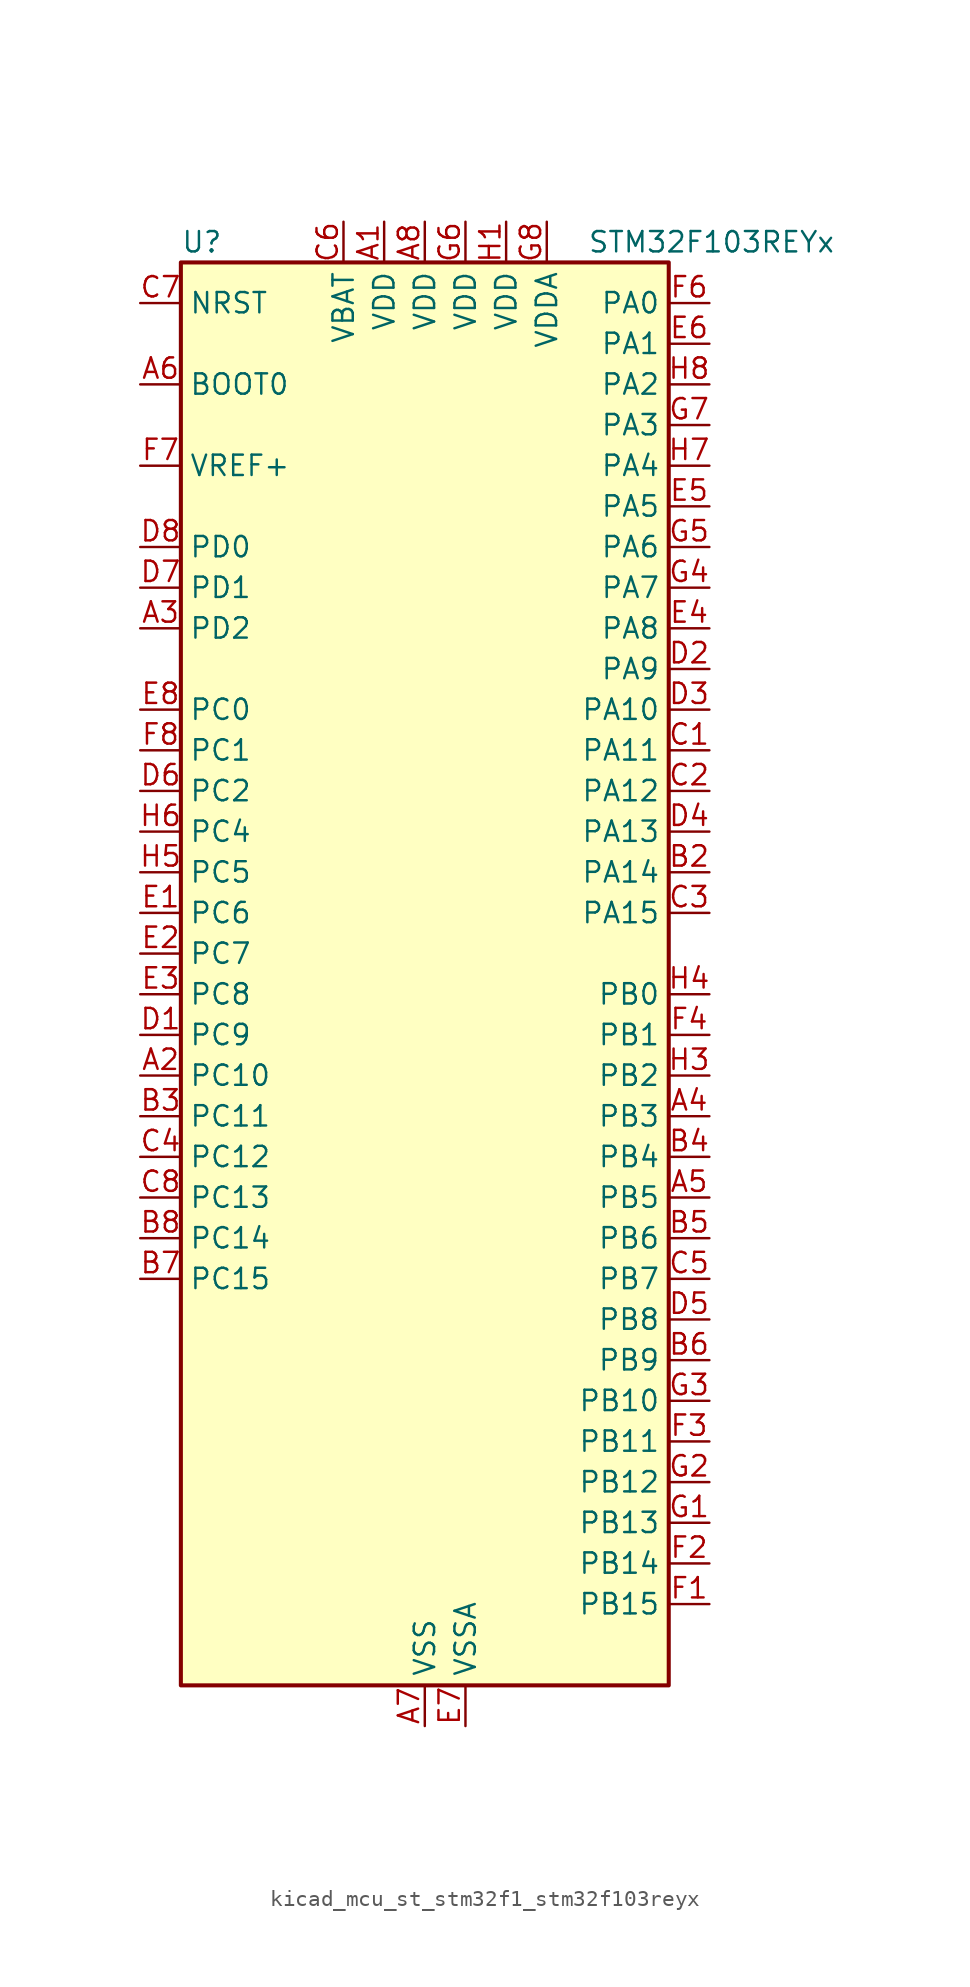
<source format=kicad_sym>
(kicad_symbol_lib
  (version 20220914)
  (generator kicad_symbol_editor)
  (symbol "kicad_mcu_st_stm32f1_stm32f103reyx"
    (property "Reference" "U"
      (at -15.24 46.99 0)
      (effects (font (size 1.27 1.27)) (justify left)))
    (property "Value" "STM32F103REYx"
      (at 10.16 46.99 0)
      (effects (font (size 1.27 1.27)) (justify left)))
    (property "ki_locked" ""
      (at 0 0 0)
      (effects (font (size 1.27 1.27))))
    (symbol "kicad_mcu_st_stm32f1_stm32f103reyx_0_1"
      (rectangle (start -15.24 -43.18) (end 15.24 45.72) (stroke (width 0.254) (type default)) (fill (type background))))
    (symbol "kicad_mcu_st_stm32f1_stm32f103reyx_1_1"
      (pin power_in line (at -2.54 48.26 270) (length 2.54) (name "VDD" (effects (font (size 1.27 1.27)))) (number "A1" (effects (font (size 1.27 1.27)))))
      (pin bidirectional line (at -17.78 -5.08 0) (length 2.54) (name "PC10" (effects (font (size 1.27 1.27)))) (number "A2" (effects (font (size 1.27 1.27)))) (alternate "SDIO_D2" bidirectional line) (alternate "UART4_TX" bidirectional line) (alternate "USART3_TX" bidirectional line))
      (pin bidirectional line (at -17.78 22.86 0) (length 2.54) (name "PD2" (effects (font (size 1.27 1.27)))) (number "A3" (effects (font (size 1.27 1.27)))) (alternate "SDIO_CMD" bidirectional line) (alternate "TIM3_ETR" bidirectional line) (alternate "UART5_RX" bidirectional line))
      (pin bidirectional line (at 17.78 -7.62 180) (length 2.54) (name "PB3" (effects (font (size 1.27 1.27)))) (number "A4" (effects (font (size 1.27 1.27)))) (alternate "I2S3_CK" bidirectional line) (alternate "SPI1_SCK" bidirectional line) (alternate "SPI3_SCK" bidirectional line) (alternate "SYS_JTDO-TRACESWO" bidirectional line) (alternate "TIM2_CH2" bidirectional line))
      (pin bidirectional line (at 17.78 -12.7 180) (length 2.54) (name "PB5" (effects (font (size 1.27 1.27)))) (number "A5" (effects (font (size 1.27 1.27)))) (alternate "I2C1_SMBA" bidirectional line) (alternate "I2S3_SD" bidirectional line) (alternate "SPI1_MOSI" bidirectional line) (alternate "SPI3_MOSI" bidirectional line) (alternate "TIM3_CH2" bidirectional line))
      (pin input line (at -17.78 38.1 0) (length 2.54) (name "BOOT0" (effects (font (size 1.27 1.27)))) (number "A6" (effects (font (size 1.27 1.27)))))
      (pin power_in line (at 0 -45.72 90) (length 2.54) (name "VSS" (effects (font (size 1.27 1.27)))) (number "A7" (effects (font (size 1.27 1.27)))))
      (pin power_in line (at 0 48.26 270) (length 2.54) (name "VDD" (effects (font (size 1.27 1.27)))) (number "A8" (effects (font (size 1.27 1.27)))))
      (pin passive line (at 0 -45.72 90) (length 2.54) hide (name "VSS" (effects (font (size 1.27 1.27)))) (number "B1" (effects (font (size 1.27 1.27)))))
      (pin bidirectional line (at 17.78 7.62 180) (length 2.54) (name "PA14" (effects (font (size 1.27 1.27)))) (number "B2" (effects (font (size 1.27 1.27)))) (alternate "SYS_JTCK-SWCLK" bidirectional line))
      (pin bidirectional line (at -17.78 -7.62 0) (length 2.54) (name "PC11" (effects (font (size 1.27 1.27)))) (number "B3" (effects (font (size 1.27 1.27)))) (alternate "ADC1_EXTI11" bidirectional line) (alternate "ADC2_EXTI11" bidirectional line) (alternate "SDIO_D3" bidirectional line) (alternate "UART4_RX" bidirectional line) (alternate "USART3_RX" bidirectional line))
      (pin bidirectional line (at 17.78 -10.16 180) (length 2.54) (name "PB4" (effects (font (size 1.27 1.27)))) (number "B4" (effects (font (size 1.27 1.27)))) (alternate "SPI1_MISO" bidirectional line) (alternate "SPI3_MISO" bidirectional line) (alternate "SYS_NJTRST" bidirectional line) (alternate "TIM3_CH1" bidirectional line))
      (pin bidirectional line (at 17.78 -15.24 180) (length 2.54) (name "PB6" (effects (font (size 1.27 1.27)))) (number "B5" (effects (font (size 1.27 1.27)))) (alternate "I2C1_SCL" bidirectional line) (alternate "TIM4_CH1" bidirectional line) (alternate "USART1_TX" bidirectional line))
      (pin bidirectional line (at 17.78 -22.86 180) (length 2.54) (name "PB9" (effects (font (size 1.27 1.27)))) (number "B6" (effects (font (size 1.27 1.27)))) (alternate "CAN_TX" bidirectional line) (alternate "DAC_EXTI9" bidirectional line) (alternate "I2C1_SDA" bidirectional line) (alternate "SDIO_D5" bidirectional line) (alternate "TIM4_CH4" bidirectional line))
      (pin bidirectional line (at -17.78 -17.78 0) (length 2.54) (name "PC15" (effects (font (size 1.27 1.27)))) (number "B7" (effects (font (size 1.27 1.27)))) (alternate "ADC1_EXTI15" bidirectional line) (alternate "ADC2_EXTI15" bidirectional line) (alternate "RCC_OSC32_OUT" bidirectional line))
      (pin bidirectional line (at -17.78 -15.24 0) (length 2.54) (name "PC14" (effects (font (size 1.27 1.27)))) (number "B8" (effects (font (size 1.27 1.27)))) (alternate "RCC_OSC32_IN" bidirectional line))
      (pin bidirectional line (at 17.78 15.24 180) (length 2.54) (name "PA11" (effects (font (size 1.27 1.27)))) (number "C1" (effects (font (size 1.27 1.27)))) (alternate "ADC1_EXTI11" bidirectional line) (alternate "ADC2_EXTI11" bidirectional line) (alternate "CAN_RX" bidirectional line) (alternate "TIM1_CH4" bidirectional line) (alternate "USART1_CTS" bidirectional line) (alternate "USB_DM" bidirectional line))
      (pin bidirectional line (at 17.78 12.7 180) (length 2.54) (name "PA12" (effects (font (size 1.27 1.27)))) (number "C2" (effects (font (size 1.27 1.27)))) (alternate "CAN_TX" bidirectional line) (alternate "TIM1_ETR" bidirectional line) (alternate "USART1_RTS" bidirectional line) (alternate "USB_DP" bidirectional line))
      (pin bidirectional line (at 17.78 5.08 180) (length 2.54) (name "PA15" (effects (font (size 1.27 1.27)))) (number "C3" (effects (font (size 1.27 1.27)))) (alternate "ADC1_EXTI15" bidirectional line) (alternate "ADC2_EXTI15" bidirectional line) (alternate "I2S3_WS" bidirectional line) (alternate "SPI1_NSS" bidirectional line) (alternate "SPI3_NSS" bidirectional line) (alternate "SYS_JTDI" bidirectional line) (alternate "TIM2_CH1" bidirectional line) (alternate "TIM2_ETR" bidirectional line))
      (pin bidirectional line (at -17.78 -10.16 0) (length 2.54) (name "PC12" (effects (font (size 1.27 1.27)))) (number "C4" (effects (font (size 1.27 1.27)))) (alternate "SDIO_CK" bidirectional line) (alternate "UART5_TX" bidirectional line) (alternate "USART3_CK" bidirectional line))
      (pin bidirectional line (at 17.78 -17.78 180) (length 2.54) (name "PB7" (effects (font (size 1.27 1.27)))) (number "C5" (effects (font (size 1.27 1.27)))) (alternate "I2C1_SDA" bidirectional line) (alternate "TIM4_CH2" bidirectional line) (alternate "USART1_RX" bidirectional line))
      (pin power_in line (at -5.08 48.26 270) (length 2.54) (name "VBAT" (effects (font (size 1.27 1.27)))) (number "C6" (effects (font (size 1.27 1.27)))))
      (pin input line (at -17.78 43.18 0) (length 2.54) (name "NRST" (effects (font (size 1.27 1.27)))) (number "C7" (effects (font (size 1.27 1.27)))))
      (pin bidirectional line (at -17.78 -12.7 0) (length 2.54) (name "PC13" (effects (font (size 1.27 1.27)))) (number "C8" (effects (font (size 1.27 1.27)))) (alternate "RTC_OUT" bidirectional line) (alternate "RTC_TAMPER" bidirectional line))
      (pin bidirectional line (at -17.78 -2.54 0) (length 2.54) (name "PC9" (effects (font (size 1.27 1.27)))) (number "D1" (effects (font (size 1.27 1.27)))) (alternate "DAC_EXTI9" bidirectional line) (alternate "SDIO_D1" bidirectional line) (alternate "TIM3_CH4" bidirectional line) (alternate "TIM8_CH4" bidirectional line))
      (pin bidirectional line (at 17.78 20.32 180) (length 2.54) (name "PA9" (effects (font (size 1.27 1.27)))) (number "D2" (effects (font (size 1.27 1.27)))) (alternate "DAC_EXTI9" bidirectional line) (alternate "TIM1_CH2" bidirectional line) (alternate "USART1_TX" bidirectional line))
      (pin bidirectional line (at 17.78 17.78 180) (length 2.54) (name "PA10" (effects (font (size 1.27 1.27)))) (number "D3" (effects (font (size 1.27 1.27)))) (alternate "TIM1_CH3" bidirectional line) (alternate "USART1_RX" bidirectional line))
      (pin bidirectional line (at 17.78 10.16 180) (length 2.54) (name "PA13" (effects (font (size 1.27 1.27)))) (number "D4" (effects (font (size 1.27 1.27)))) (alternate "SYS_JTMS-SWDIO" bidirectional line))
      (pin bidirectional line (at 17.78 -20.32 180) (length 2.54) (name "PB8" (effects (font (size 1.27 1.27)))) (number "D5" (effects (font (size 1.27 1.27)))) (alternate "CAN_RX" bidirectional line) (alternate "I2C1_SCL" bidirectional line) (alternate "SDIO_D4" bidirectional line) (alternate "TIM4_CH3" bidirectional line))
      (pin bidirectional line (at -17.78 12.7 0) (length 2.54) (name "PC2" (effects (font (size 1.27 1.27)))) (number "D6" (effects (font (size 1.27 1.27)))) (alternate "ADC1_IN12" bidirectional line) (alternate "ADC2_IN12" bidirectional line) (alternate "ADC3_IN12" bidirectional line))
      (pin bidirectional line (at -17.78 25.4 0) (length 2.54) (name "PD1" (effects (font (size 1.27 1.27)))) (number "D7" (effects (font (size 1.27 1.27)))) (alternate "RCC_OSC_OUT" bidirectional line))
      (pin bidirectional line (at -17.78 27.94 0) (length 2.54) (name "PD0" (effects (font (size 1.27 1.27)))) (number "D8" (effects (font (size 1.27 1.27)))) (alternate "RCC_OSC_IN" bidirectional line))
      (pin bidirectional line (at -17.78 5.08 0) (length 2.54) (name "PC6" (effects (font (size 1.27 1.27)))) (number "E1" (effects (font (size 1.27 1.27)))) (alternate "I2S2_MCK" bidirectional line) (alternate "SDIO_D6" bidirectional line) (alternate "TIM3_CH1" bidirectional line) (alternate "TIM8_CH1" bidirectional line))
      (pin bidirectional line (at -17.78 2.54 0) (length 2.54) (name "PC7" (effects (font (size 1.27 1.27)))) (number "E2" (effects (font (size 1.27 1.27)))) (alternate "I2S3_MCK" bidirectional line) (alternate "SDIO_D7" bidirectional line) (alternate "TIM3_CH2" bidirectional line) (alternate "TIM8_CH2" bidirectional line))
      (pin bidirectional line (at -17.78 0 0) (length 2.54) (name "PC8" (effects (font (size 1.27 1.27)))) (number "E3" (effects (font (size 1.27 1.27)))) (alternate "SDIO_D0" bidirectional line) (alternate "TIM3_CH3" bidirectional line) (alternate "TIM8_CH3" bidirectional line))
      (pin bidirectional line (at 17.78 22.86 180) (length 2.54) (name "PA8" (effects (font (size 1.27 1.27)))) (number "E4" (effects (font (size 1.27 1.27)))) (alternate "RCC_MCO" bidirectional line) (alternate "TIM1_CH1" bidirectional line) (alternate "USART1_CK" bidirectional line))
      (pin bidirectional line (at 17.78 30.48 180) (length 2.54) (name "PA5" (effects (font (size 1.27 1.27)))) (number "E5" (effects (font (size 1.27 1.27)))) (alternate "ADC1_IN5" bidirectional line) (alternate "ADC2_IN5" bidirectional line) (alternate "DAC_OUT2" bidirectional line) (alternate "SPI1_SCK" bidirectional line))
      (pin bidirectional line (at 17.78 40.64 180) (length 2.54) (name "PA1" (effects (font (size 1.27 1.27)))) (number "E6" (effects (font (size 1.27 1.27)))) (alternate "ADC1_IN1" bidirectional line) (alternate "ADC2_IN1" bidirectional line) (alternate "ADC3_IN1" bidirectional line) (alternate "TIM2_CH2" bidirectional line) (alternate "TIM5_CH2" bidirectional line) (alternate "USART2_RTS" bidirectional line))
      (pin power_in line (at 2.54 -45.72 90) (length 2.54) (name "VSSA" (effects (font (size 1.27 1.27)))) (number "E7" (effects (font (size 1.27 1.27)))))
      (pin bidirectional line (at -17.78 17.78 0) (length 2.54) (name "PC0" (effects (font (size 1.27 1.27)))) (number "E8" (effects (font (size 1.27 1.27)))) (alternate "ADC1_IN10" bidirectional line) (alternate "ADC2_IN10" bidirectional line) (alternate "ADC3_IN10" bidirectional line))
      (pin bidirectional line (at 17.78 -38.1 180) (length 2.54) (name "PB15" (effects (font (size 1.27 1.27)))) (number "F1" (effects (font (size 1.27 1.27)))) (alternate "ADC1_EXTI15" bidirectional line) (alternate "ADC2_EXTI15" bidirectional line) (alternate "I2S2_SD" bidirectional line) (alternate "SPI2_MOSI" bidirectional line) (alternate "TIM1_CH3N" bidirectional line))
      (pin bidirectional line (at 17.78 -35.56 180) (length 2.54) (name "PB14" (effects (font (size 1.27 1.27)))) (number "F2" (effects (font (size 1.27 1.27)))) (alternate "SPI2_MISO" bidirectional line) (alternate "TIM1_CH2N" bidirectional line) (alternate "USART3_RTS" bidirectional line))
      (pin bidirectional line (at 17.78 -27.94 180) (length 2.54) (name "PB11" (effects (font (size 1.27 1.27)))) (number "F3" (effects (font (size 1.27 1.27)))) (alternate "ADC1_EXTI11" bidirectional line) (alternate "ADC2_EXTI11" bidirectional line) (alternate "I2C2_SDA" bidirectional line) (alternate "TIM2_CH4" bidirectional line) (alternate "USART3_RX" bidirectional line))
      (pin bidirectional line (at 17.78 -2.54 180) (length 2.54) (name "PB1" (effects (font (size 1.27 1.27)))) (number "F4" (effects (font (size 1.27 1.27)))) (alternate "ADC1_IN9" bidirectional line) (alternate "ADC2_IN9" bidirectional line) (alternate "TIM1_CH3N" bidirectional line) (alternate "TIM3_CH4" bidirectional line) (alternate "TIM8_CH3N" bidirectional line))
      (pin passive line (at 0 -45.72 90) (length 2.54) hide (name "VSS" (effects (font (size 1.27 1.27)))) (number "F5" (effects (font (size 1.27 1.27)))))
      (pin bidirectional line (at 17.78 43.18 180) (length 2.54) (name "PA0" (effects (font (size 1.27 1.27)))) (number "F6" (effects (font (size 1.27 1.27)))) (alternate "ADC1_IN0" bidirectional line) (alternate "ADC2_IN0" bidirectional line) (alternate "ADC3_IN0" bidirectional line) (alternate "SYS_WKUP" bidirectional line) (alternate "TIM2_CH1" bidirectional line) (alternate "TIM2_ETR" bidirectional line) (alternate "TIM5_CH1" bidirectional line) (alternate "TIM8_ETR" bidirectional line) (alternate "USART2_CTS" bidirectional line))
      (pin input line (at -17.78 33.02 0) (length 2.54) (name "VREF+" (effects (font (size 1.27 1.27)))) (number "F7" (effects (font (size 1.27 1.27)))))
      (pin bidirectional line (at -17.78 15.24 0) (length 2.54) (name "PC1" (effects (font (size 1.27 1.27)))) (number "F8" (effects (font (size 1.27 1.27)))) (alternate "ADC1_IN11" bidirectional line) (alternate "ADC2_IN11" bidirectional line) (alternate "ADC3_IN11" bidirectional line))
      (pin bidirectional line (at 17.78 -33.02 180) (length 2.54) (name "PB13" (effects (font (size 1.27 1.27)))) (number "G1" (effects (font (size 1.27 1.27)))) (alternate "I2S2_CK" bidirectional line) (alternate "SPI2_SCK" bidirectional line) (alternate "TIM1_CH1N" bidirectional line) (alternate "USART3_CTS" bidirectional line))
      (pin bidirectional line (at 17.78 -30.48 180) (length 2.54) (name "PB12" (effects (font (size 1.27 1.27)))) (number "G2" (effects (font (size 1.27 1.27)))) (alternate "I2C2_SMBA" bidirectional line) (alternate "I2S2_WS" bidirectional line) (alternate "SPI2_NSS" bidirectional line) (alternate "TIM1_BKIN" bidirectional line) (alternate "USART3_CK" bidirectional line))
      (pin bidirectional line (at 17.78 -25.4 180) (length 2.54) (name "PB10" (effects (font (size 1.27 1.27)))) (number "G3" (effects (font (size 1.27 1.27)))) (alternate "I2C2_SCL" bidirectional line) (alternate "TIM2_CH3" bidirectional line) (alternate "USART3_TX" bidirectional line))
      (pin bidirectional line (at 17.78 25.4 180) (length 2.54) (name "PA7" (effects (font (size 1.27 1.27)))) (number "G4" (effects (font (size 1.27 1.27)))) (alternate "ADC1_IN7" bidirectional line) (alternate "ADC2_IN7" bidirectional line) (alternate "SPI1_MOSI" bidirectional line) (alternate "TIM1_CH1N" bidirectional line) (alternate "TIM3_CH2" bidirectional line) (alternate "TIM8_CH1N" bidirectional line))
      (pin bidirectional line (at 17.78 27.94 180) (length 2.54) (name "PA6" (effects (font (size 1.27 1.27)))) (number "G5" (effects (font (size 1.27 1.27)))) (alternate "ADC1_IN6" bidirectional line) (alternate "ADC2_IN6" bidirectional line) (alternate "SPI1_MISO" bidirectional line) (alternate "TIM1_BKIN" bidirectional line) (alternate "TIM3_CH1" bidirectional line) (alternate "TIM8_BKIN" bidirectional line))
      (pin power_in line (at 2.54 48.26 270) (length 2.54) (name "VDD" (effects (font (size 1.27 1.27)))) (number "G6" (effects (font (size 1.27 1.27)))))
      (pin bidirectional line (at 17.78 35.56 180) (length 2.54) (name "PA3" (effects (font (size 1.27 1.27)))) (number "G7" (effects (font (size 1.27 1.27)))) (alternate "ADC1_IN3" bidirectional line) (alternate "ADC2_IN3" bidirectional line) (alternate "ADC3_IN3" bidirectional line) (alternate "TIM2_CH4" bidirectional line) (alternate "TIM5_CH4" bidirectional line) (alternate "USART2_RX" bidirectional line))
      (pin power_in line (at 7.62 48.26 270) (length 2.54) (name "VDDA" (effects (font (size 1.27 1.27)))) (number "G8" (effects (font (size 1.27 1.27)))))
      (pin power_in line (at 5.08 48.26 270) (length 2.54) (name "VDD" (effects (font (size 1.27 1.27)))) (number "H1" (effects (font (size 1.27 1.27)))))
      (pin passive line (at 0 -45.72 90) (length 2.54) hide (name "VSS" (effects (font (size 1.27 1.27)))) (number "H2" (effects (font (size 1.27 1.27)))))
      (pin bidirectional line (at 17.78 -5.08 180) (length 2.54) (name "PB2" (effects (font (size 1.27 1.27)))) (number "H3" (effects (font (size 1.27 1.27)))))
      (pin bidirectional line (at 17.78 0 180) (length 2.54) (name "PB0" (effects (font (size 1.27 1.27)))) (number "H4" (effects (font (size 1.27 1.27)))) (alternate "ADC1_IN8" bidirectional line) (alternate "ADC2_IN8" bidirectional line) (alternate "TIM1_CH2N" bidirectional line) (alternate "TIM3_CH3" bidirectional line) (alternate "TIM8_CH2N" bidirectional line))
      (pin bidirectional line (at -17.78 7.62 0) (length 2.54) (name "PC5" (effects (font (size 1.27 1.27)))) (number "H5" (effects (font (size 1.27 1.27)))) (alternate "ADC1_IN15" bidirectional line) (alternate "ADC2_IN15" bidirectional line))
      (pin bidirectional line (at -17.78 10.16 0) (length 2.54) (name "PC4" (effects (font (size 1.27 1.27)))) (number "H6" (effects (font (size 1.27 1.27)))) (alternate "ADC1_IN14" bidirectional line) (alternate "ADC2_IN14" bidirectional line))
      (pin bidirectional line (at 17.78 33.02 180) (length 2.54) (name "PA4" (effects (font (size 1.27 1.27)))) (number "H7" (effects (font (size 1.27 1.27)))) (alternate "ADC1_IN4" bidirectional line) (alternate "ADC2_IN4" bidirectional line) (alternate "DAC_OUT1" bidirectional line) (alternate "SPI1_NSS" bidirectional line) (alternate "USART2_CK" bidirectional line))
      (pin bidirectional line (at 17.78 38.1 180) (length 2.54) (name "PA2" (effects (font (size 1.27 1.27)))) (number "H8" (effects (font (size 1.27 1.27)))) (alternate "ADC1_IN2" bidirectional line) (alternate "ADC2_IN2" bidirectional line) (alternate "ADC3_IN2" bidirectional line) (alternate "TIM2_CH3" bidirectional line) (alternate "TIM5_CH3" bidirectional line) (alternate "USART2_TX" bidirectional line)))))
</source>
